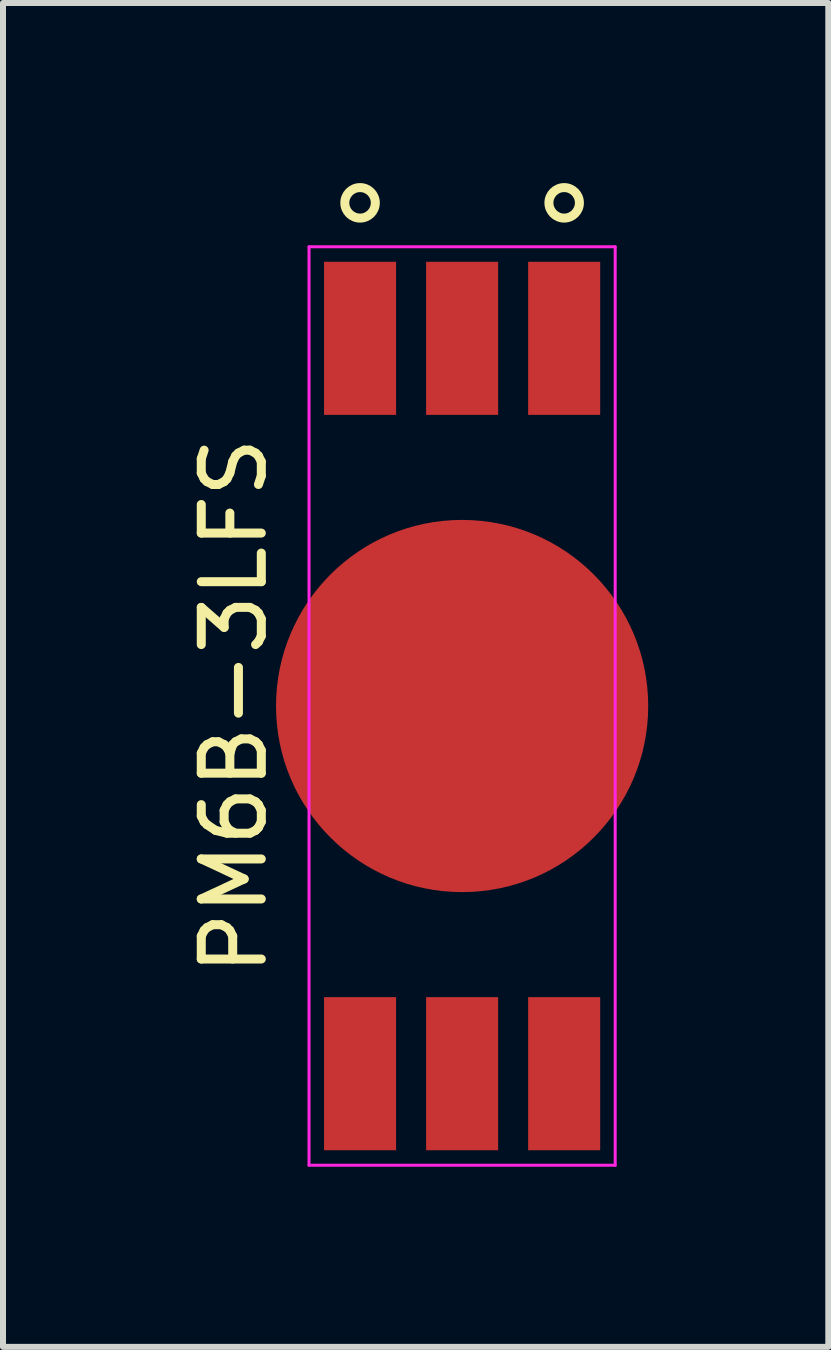
<source format=kicad_pcb>
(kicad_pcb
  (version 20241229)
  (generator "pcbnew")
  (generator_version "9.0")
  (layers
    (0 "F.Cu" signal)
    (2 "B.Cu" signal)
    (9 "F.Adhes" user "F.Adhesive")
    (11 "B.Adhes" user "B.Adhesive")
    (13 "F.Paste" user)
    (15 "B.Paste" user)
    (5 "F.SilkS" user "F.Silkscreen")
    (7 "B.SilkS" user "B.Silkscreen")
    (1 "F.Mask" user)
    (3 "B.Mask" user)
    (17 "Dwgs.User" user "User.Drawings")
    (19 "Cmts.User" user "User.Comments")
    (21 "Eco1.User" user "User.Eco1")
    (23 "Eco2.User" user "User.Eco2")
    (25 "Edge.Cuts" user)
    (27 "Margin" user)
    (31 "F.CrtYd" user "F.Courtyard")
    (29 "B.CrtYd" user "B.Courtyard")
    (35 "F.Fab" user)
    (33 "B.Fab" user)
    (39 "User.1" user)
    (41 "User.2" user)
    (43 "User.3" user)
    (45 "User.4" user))
  (footprint "PM6B-3LFS"
    (layer "F.Cu")
    (at 4.648 8.711)
    (property "Reference" "PM6B-3LFS" (at -3.8 0 90) (layer "F.SilkS") (effects (font (size 1 1) (thickness 0.15))))
    (attr smd)
    (fp_circle (center -1.7 -8.382) (end -1.446 -8.382) (stroke (width 0.15) (type solid)) (fill no) (layer "F.SilkS"))
    (fp_circle (center 1.7 -8.382) (end 1.954 -8.382) (stroke (width 0.15) (type solid)) (fill no) (layer "F.SilkS"))
    (fp_line (start -2.55 -7.65) (end 2.55 -7.65) (stroke (width 0.05) (type solid)) (layer "F.CrtYd"))
    (fp_line (start -2.55 7.65) (end -2.55 -7.65) (stroke (width 0.05) (type solid)) (layer "F.CrtYd"))
    (fp_line (start 2.55 -7.65) (end 2.55 7.65) (stroke (width 0.05) (type solid)) (layer "F.CrtYd"))
    (fp_line (start 2.55 7.65) (end -2.55 7.65) (stroke (width 0.05) (type solid)) (layer "F.CrtYd"))
    (pad "1" smd rect (at -1.7 6.125) (size 1.2 2.55) (layers "F.Cu" "F.Mask" "F.Paste"))
    (pad "2" smd rect (at 0 6.125) (size 1.2 2.55) (layers "F.Cu" "F.Mask" "F.Paste"))
    (pad "3" smd rect (at 1.7 6.125) (size 1.2 2.55) (layers "F.Cu" "F.Mask" "F.Paste"))
    (pad "4" smd rect (at 1.7 -6.125) (size 1.2 2.55) (layers "F.Cu" "F.Mask" "F.Paste"))
    (pad "5" smd rect (at 0 -6.125) (size 1.2 2.55) (layers "F.Cu" "F.Mask" "F.Paste"))
    (pad "6" smd rect (at -1.7 -6.125) (size 1.2 2.55) (layers "F.Cu" "F.Mask" "F.Paste"))
    (pad "7" smd circle (at 0 0) (size 6.2 6.2) (layers "F.Cu" "F.Mask" "F.Paste")))
  (gr_rect
    (start -3 -3)
    (end 10.748 19.386)
    (stroke (width 0.1) (type default))
    (fill no)
    (layer "Edge.Cuts")))
</source>
